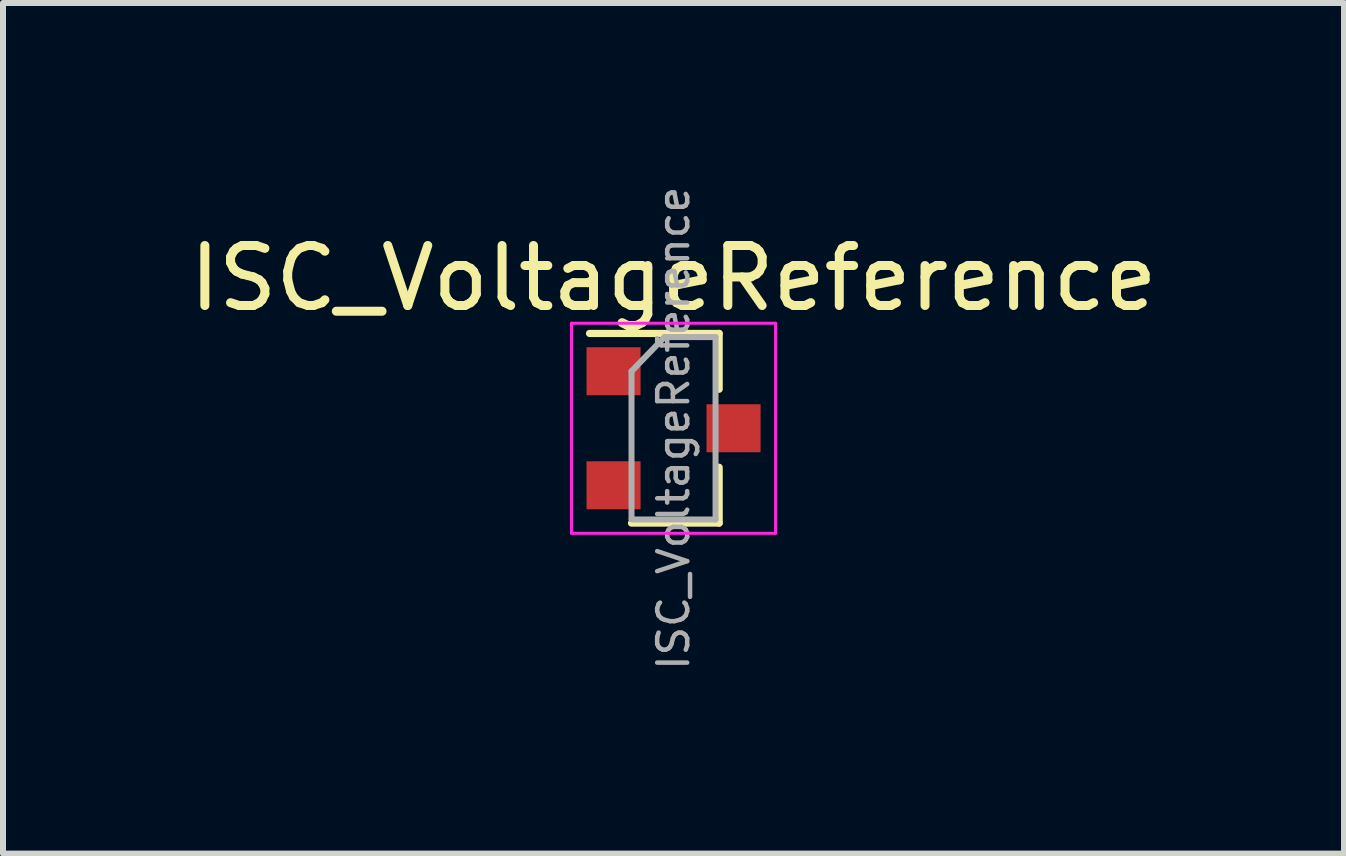
<source format=kicad_pcb>
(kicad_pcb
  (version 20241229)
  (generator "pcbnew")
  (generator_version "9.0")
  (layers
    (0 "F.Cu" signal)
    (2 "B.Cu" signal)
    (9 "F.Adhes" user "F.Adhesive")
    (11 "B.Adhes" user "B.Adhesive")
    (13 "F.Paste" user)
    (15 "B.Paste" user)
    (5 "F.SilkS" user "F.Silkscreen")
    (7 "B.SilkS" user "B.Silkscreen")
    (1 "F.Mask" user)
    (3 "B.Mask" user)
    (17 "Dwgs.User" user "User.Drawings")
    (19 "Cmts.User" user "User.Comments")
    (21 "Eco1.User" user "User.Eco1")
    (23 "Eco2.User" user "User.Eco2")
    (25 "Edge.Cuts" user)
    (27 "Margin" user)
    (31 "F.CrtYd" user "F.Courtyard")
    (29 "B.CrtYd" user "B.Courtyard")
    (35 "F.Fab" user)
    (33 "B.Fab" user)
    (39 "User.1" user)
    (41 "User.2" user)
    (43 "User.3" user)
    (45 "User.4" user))
  (footprint "ISC_VoltageReference"
    (layer "F.Cu")
    (at 8.173 4.086)
    (property "Reference" "ISC_VoltageReference" (at 0 -2.5 0) (layer "F.SilkS") (effects (font (size 1 1) (thickness 0.15))))
    (attr smd)
    (fp_line (start 0.76 -1.58) (end -1.4 -1.58) (stroke (width 0.12) (type solid)) (layer "F.SilkS"))
    (fp_line (start 0.76 -1.58) (end 0.76 -0.65) (stroke (width 0.12) (type solid)) (layer "F.SilkS"))
    (fp_line (start 0.76 1.58) (end -0.7 1.58) (stroke (width 0.12) (type solid)) (layer "F.SilkS"))
    (fp_line (start 0.76 1.58) (end 0.76 0.65) (stroke (width 0.12) (type solid)) (layer "F.SilkS"))
    (fp_line (start -1.7 -1.75) (end 1.7 -1.75) (stroke (width 0.05) (type solid)) (layer "F.CrtYd"))
    (fp_line (start -1.7 1.75) (end -1.7 -1.75) (stroke (width 0.05) (type solid)) (layer "F.CrtYd"))
    (fp_line (start 1.7 -1.75) (end 1.7 1.75) (stroke (width 0.05) (type solid)) (layer "F.CrtYd"))
    (fp_line (start 1.7 1.75) (end -1.7 1.75) (stroke (width 0.05) (type solid)) (layer "F.CrtYd"))
    (fp_line (start -0.7 -0.95) (end -0.7 1.5) (stroke (width 0.1) (type solid)) (layer "F.Fab"))
    (fp_line (start -0.7 -0.95) (end -0.15 -1.52) (stroke (width 0.1) (type solid)) (layer "F.Fab"))
    (fp_line (start -0.7 1.52) (end 0.7 1.52) (stroke (width 0.1) (type solid)) (layer "F.Fab"))
    (fp_line (start -0.15 -1.52) (end 0.7 -1.52) (stroke (width 0.1) (type solid)) (layer "F.Fab"))
    (fp_line (start 0.7 -1.52) (end 0.7 1.52) (stroke (width 0.1) (type solid)) (layer "F.Fab"))
    (fp_text user "${REFERENCE}" (at 0 0 90) (layer "F.Fab") (effects (font (size 0.5 0.5) (thickness 0.075))))
    (pad "1" smd rect (at -1 0.95) (size 0.9 0.8) (layers "F.Cu" "F.Mask" "F.Paste"))
    (pad "2" smd rect (at -1 -0.95) (size 0.9 0.8) (layers "F.Cu" "F.Mask" "F.Paste"))
    (pad "3" smd rect (at 1 0) (size 0.9 0.8) (layers "F.Cu" "F.Mask" "F.Paste")))
  (gr_rect
    (start -3 -3)
    (end 19.345 11.173)
    (stroke (width 0.1) (type default))
    (fill no)
    (layer "Edge.Cuts")))
</source>
